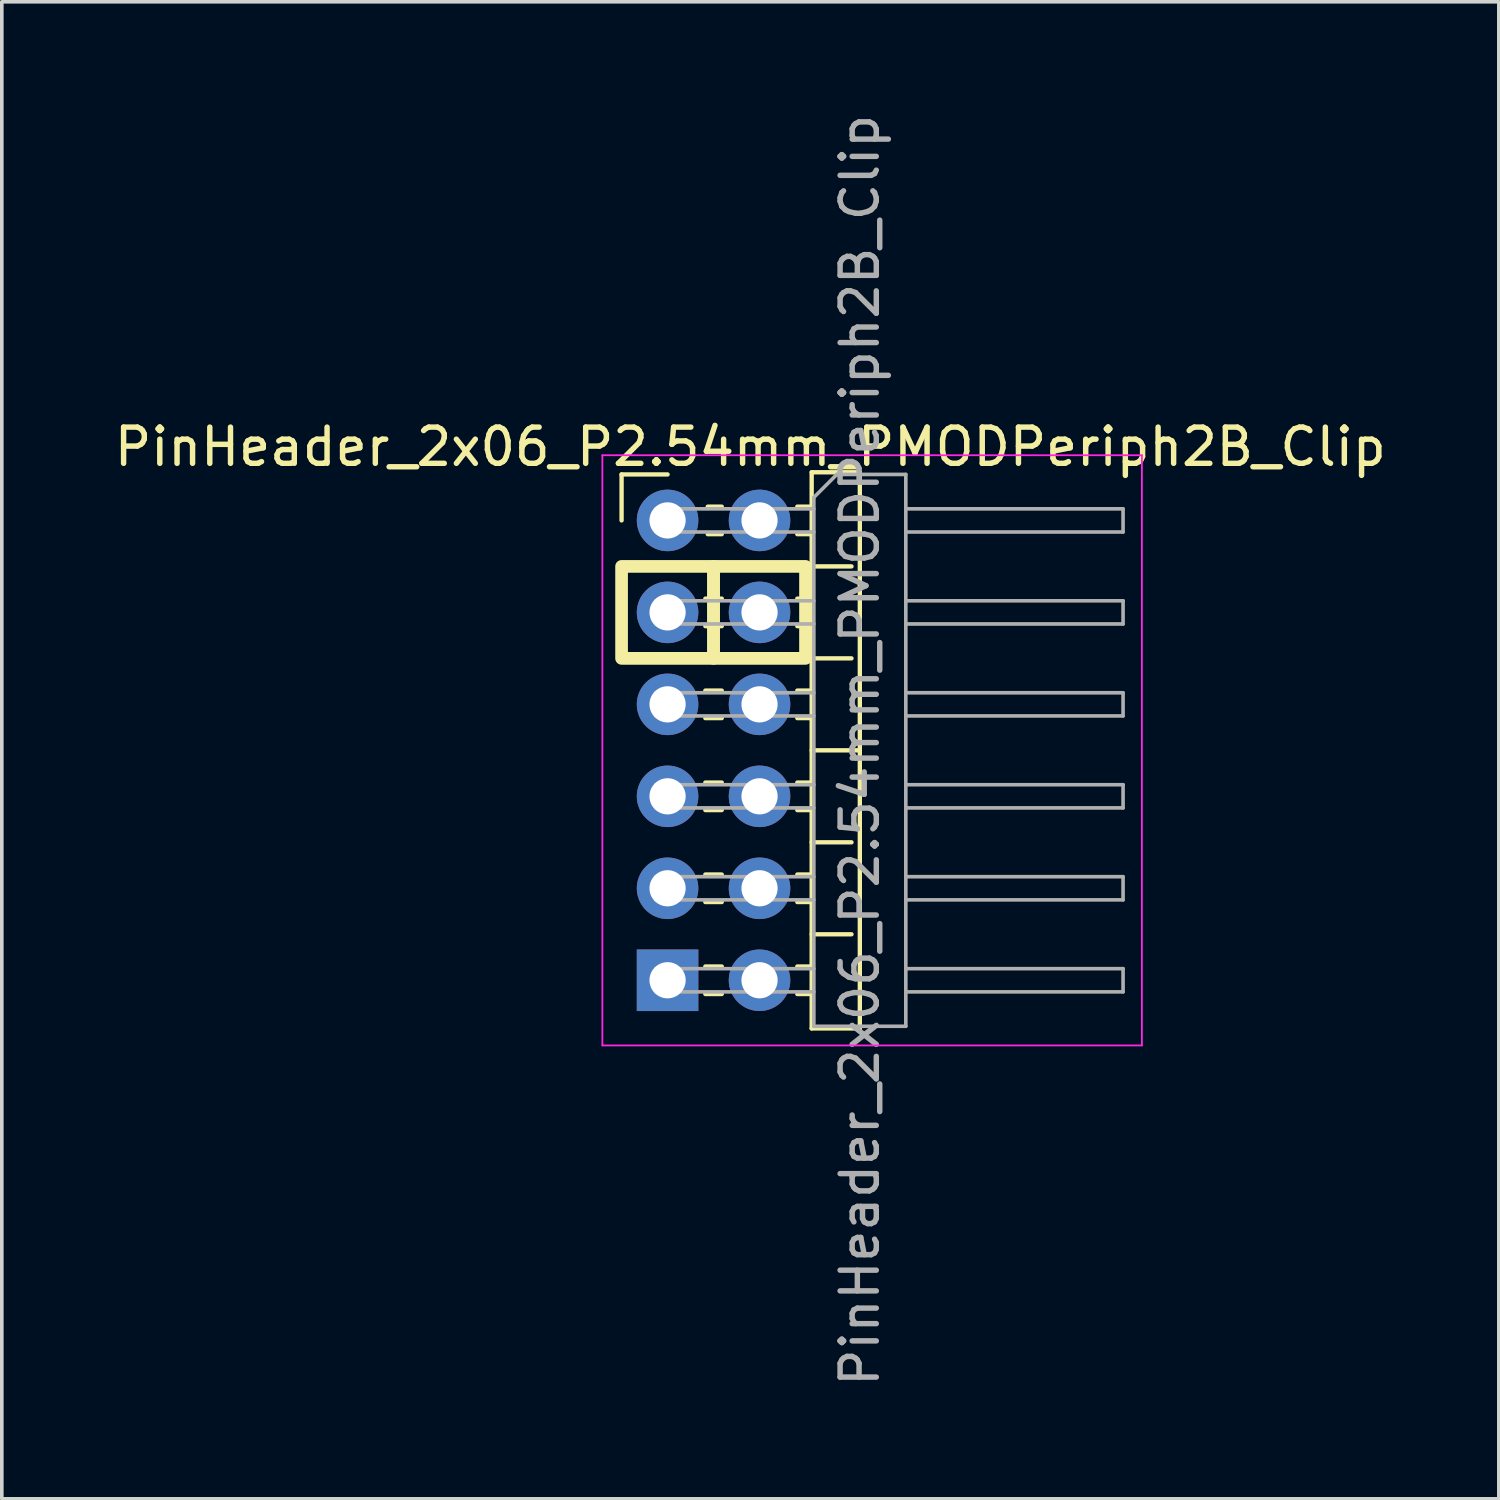
<source format=kicad_pcb>
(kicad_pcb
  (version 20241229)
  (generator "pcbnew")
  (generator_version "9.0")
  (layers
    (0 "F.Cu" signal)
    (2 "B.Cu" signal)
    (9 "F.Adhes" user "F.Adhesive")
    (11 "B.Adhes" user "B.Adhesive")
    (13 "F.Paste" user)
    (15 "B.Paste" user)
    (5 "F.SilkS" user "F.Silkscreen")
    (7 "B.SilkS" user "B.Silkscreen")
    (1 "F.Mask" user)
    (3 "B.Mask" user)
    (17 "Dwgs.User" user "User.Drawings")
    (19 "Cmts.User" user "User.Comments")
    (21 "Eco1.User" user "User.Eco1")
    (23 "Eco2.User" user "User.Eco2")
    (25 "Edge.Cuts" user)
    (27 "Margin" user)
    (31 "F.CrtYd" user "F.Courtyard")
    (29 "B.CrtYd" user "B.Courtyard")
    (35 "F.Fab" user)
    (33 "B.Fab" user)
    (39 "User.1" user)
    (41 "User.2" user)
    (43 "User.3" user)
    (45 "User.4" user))
  (footprint "PinHeader_2x06_P2.54mm_PMODPeriph2B_Clip"
    (layer "F.Cu")
    (at 15.387 11.323)
    (property "Reference" "PinHeader_2x06_P2.54mm_PMODPeriph2B_Clip" (at 2.286 -2.032 0) (layer "F.SilkS") (effects (font (size 1 1) (thickness 0.15))))
    (attr through_hole)
    (fp_line (start -1.27 -1.27) (end 0 -1.27) (stroke (width 0.12) (type solid)) (layer "F.SilkS"))
    (fp_line (start -1.27 0) (end -1.27 -1.27) (stroke (width 0.12) (type solid)) (layer "F.SilkS"))
    (fp_line (start 1.043 2.16) (end 1.497 2.16) (stroke (width 0.12) (type solid)) (layer "F.SilkS"))
    (fp_line (start 1.043 2.92) (end 1.497 2.92) (stroke (width 0.12) (type solid)) (layer "F.SilkS"))
    (fp_line (start 1.043 4.7) (end 1.497 4.7) (stroke (width 0.12) (type solid)) (layer "F.SilkS"))
    (fp_line (start 1.043 5.46) (end 1.497 5.46) (stroke (width 0.12) (type solid)) (layer "F.SilkS"))
    (fp_line (start 1.043 7.24) (end 1.497 7.24) (stroke (width 0.12) (type solid)) (layer "F.SilkS"))
    (fp_line (start 1.043 8) (end 1.497 8) (stroke (width 0.12) (type solid)) (layer "F.SilkS"))
    (fp_line (start 1.043 9.78) (end 1.497 9.78) (stroke (width 0.12) (type solid)) (layer "F.SilkS"))
    (fp_line (start 1.043 10.54) (end 1.497 10.54) (stroke (width 0.12) (type solid)) (layer "F.SilkS"))
    (fp_line (start 1.043 12.32) (end 1.497 12.32) (stroke (width 0.12) (type solid)) (layer "F.SilkS"))
    (fp_line (start 1.043 13.08) (end 1.497 13.08) (stroke (width 0.12) (type solid)) (layer "F.SilkS"))
    (fp_line (start 1.11 -0.38) (end 1.497 -0.38) (stroke (width 0.12) (type solid)) (layer "F.SilkS"))
    (fp_line (start 1.11 0.38) (end 1.497 0.38) (stroke (width 0.12) (type solid)) (layer "F.SilkS"))
    (fp_line (start 3.583 -0.38) (end 3.98 -0.38) (stroke (width 0.12) (type solid)) (layer "F.SilkS"))
    (fp_line (start 3.583 0.38) (end 3.98 0.38) (stroke (width 0.12) (type solid)) (layer "F.SilkS"))
    (fp_line (start 3.583 2.16) (end 3.98 2.16) (stroke (width 0.12) (type solid)) (layer "F.SilkS"))
    (fp_line (start 3.583 2.92) (end 3.98 2.92) (stroke (width 0.12) (type solid)) (layer "F.SilkS"))
    (fp_line (start 3.583 4.7) (end 3.98 4.7) (stroke (width 0.12) (type solid)) (layer "F.SilkS"))
    (fp_line (start 3.583 5.46) (end 3.98 5.46) (stroke (width 0.12) (type solid)) (layer "F.SilkS"))
    (fp_line (start 3.583 7.24) (end 3.98 7.24) (stroke (width 0.12) (type solid)) (layer "F.SilkS"))
    (fp_line (start 3.583 8) (end 3.98 8) (stroke (width 0.12) (type solid)) (layer "F.SilkS"))
    (fp_line (start 3.583 9.78) (end 3.98 9.78) (stroke (width 0.12) (type solid)) (layer "F.SilkS"))
    (fp_line (start 3.583 10.54) (end 3.98 10.54) (stroke (width 0.12) (type solid)) (layer "F.SilkS"))
    (fp_line (start 3.583 12.32) (end 3.98 12.32) (stroke (width 0.12) (type solid)) (layer "F.SilkS"))
    (fp_line (start 3.583 13.08) (end 3.98 13.08) (stroke (width 0.12) (type solid)) (layer "F.SilkS"))
    (fp_line (start 3.98 -1.33) (end 3.98 14.03) (stroke (width 0.12) (type solid)) (layer "F.SilkS"))
    (fp_line (start 3.98 1.27) (end 5.08 1.27) (stroke (width 0.12) (type solid)) (layer "F.SilkS"))
    (fp_line (start 3.98 3.81) (end 5.08 3.81) (stroke (width 0.12) (type solid)) (layer "F.SilkS"))
    (fp_line (start 3.98 6.35) (end 5.31 6.35) (stroke (width 0.12) (type solid)) (layer "F.SilkS"))
    (fp_line (start 3.98 8.89) (end 5.08 8.89) (stroke (width 0.12) (type solid)) (layer "F.SilkS"))
    (fp_line (start 3.98 11.43) (end 5.08 11.43) (stroke (width 0.12) (type solid)) (layer "F.SilkS"))
    (fp_line (start 3.98 14.03) (end 5.31 14.03) (stroke (width 0.12) (type solid)) (layer "F.SilkS"))
    (fp_line (start 5.31 -1.33) (end 3.98 -1.33) (stroke (width 0.12) (type solid)) (layer "F.SilkS"))
    (fp_line (start 5.31 14.03) (end 5.31 -1.33) (stroke (width 0.12) (type solid)) (layer "F.SilkS"))
    (fp_rect (start -1.27 1.27) (end 1.27 3.81) (stroke (width 0.35) (type default)) (fill no) (layer "F.SilkS"))
    (fp_rect (start 1.27 1.27) (end 3.81 3.81) (stroke (width 0.35) (type default)) (fill no) (layer "F.SilkS"))
    (fp_line (start -1.8 -1.8) (end -1.8 14.5) (stroke (width 0.05) (type solid)) (layer "F.CrtYd"))
    (fp_line (start -1.8 14.5) (end 13.1 14.5) (stroke (width 0.05) (type solid)) (layer "F.CrtYd"))
    (fp_line (start 13.1 -1.8) (end -1.8 -1.8) (stroke (width 0.05) (type solid)) (layer "F.CrtYd"))
    (fp_line (start 13.1 14.5) (end 13.1 -1.8) (stroke (width 0.05) (type solid)) (layer "F.CrtYd"))
    (fp_line (start -0.32 -0.32) (end -0.32 0.32) (stroke (width 0.1) (type solid)) (layer "F.Fab"))
    (fp_line (start -0.32 -0.32) (end 4.04 -0.32) (stroke (width 0.1) (type solid)) (layer "F.Fab"))
    (fp_line (start -0.32 0.32) (end 4.04 0.32) (stroke (width 0.1) (type solid)) (layer "F.Fab"))
    (fp_line (start -0.32 2.22) (end -0.32 2.86) (stroke (width 0.1) (type solid)) (layer "F.Fab"))
    (fp_line (start -0.32 2.22) (end 4.04 2.22) (stroke (width 0.1) (type solid)) (layer "F.Fab"))
    (fp_line (start -0.32 2.86) (end 4.04 2.86) (stroke (width 0.1) (type solid)) (layer "F.Fab"))
    (fp_line (start -0.32 4.76) (end -0.32 5.4) (stroke (width 0.1) (type solid)) (layer "F.Fab"))
    (fp_line (start -0.32 4.76) (end 4.04 4.76) (stroke (width 0.1) (type solid)) (layer "F.Fab"))
    (fp_line (start -0.32 5.4) (end 4.04 5.4) (stroke (width 0.1) (type solid)) (layer "F.Fab"))
    (fp_line (start -0.32 7.3) (end -0.32 7.94) (stroke (width 0.1) (type solid)) (layer "F.Fab"))
    (fp_line (start -0.32 7.3) (end 4.04 7.3) (stroke (width 0.1) (type solid)) (layer "F.Fab"))
    (fp_line (start -0.32 7.94) (end 4.04 7.94) (stroke (width 0.1) (type solid)) (layer "F.Fab"))
    (fp_line (start -0.32 9.84) (end -0.32 10.48) (stroke (width 0.1) (type solid)) (layer "F.Fab"))
    (fp_line (start -0.32 9.84) (end 4.04 9.84) (stroke (width 0.1) (type solid)) (layer "F.Fab"))
    (fp_line (start -0.32 10.48) (end 4.04 10.48) (stroke (width 0.1) (type solid)) (layer "F.Fab"))
    (fp_line (start -0.32 12.38) (end -0.32 13.02) (stroke (width 0.1) (type solid)) (layer "F.Fab"))
    (fp_line (start -0.32 12.38) (end 4.04 12.38) (stroke (width 0.1) (type solid)) (layer "F.Fab"))
    (fp_line (start -0.32 13.02) (end 4.04 13.02) (stroke (width 0.1) (type solid)) (layer "F.Fab"))
    (fp_line (start 4.04 -0.635) (end 4.675 -1.27) (stroke (width 0.1) (type solid)) (layer "F.Fab"))
    (fp_line (start 4.04 13.97) (end 4.04 -0.635) (stroke (width 0.1) (type solid)) (layer "F.Fab"))
    (fp_line (start 4.675 -1.27) (end 6.58 -1.27) (stroke (width 0.1) (type solid)) (layer "F.Fab"))
    (fp_line (start 6.58 -1.27) (end 6.58 13.97) (stroke (width 0.1) (type solid)) (layer "F.Fab"))
    (fp_line (start 6.58 -0.32) (end 12.58 -0.32) (stroke (width 0.1) (type solid)) (layer "F.Fab"))
    (fp_line (start 6.58 0.32) (end 12.58 0.32) (stroke (width 0.1) (type solid)) (layer "F.Fab"))
    (fp_line (start 6.58 2.22) (end 12.58 2.22) (stroke (width 0.1) (type solid)) (layer "F.Fab"))
    (fp_line (start 6.58 2.86) (end 12.58 2.86) (stroke (width 0.1) (type solid)) (layer "F.Fab"))
    (fp_line (start 6.58 4.76) (end 12.58 4.76) (stroke (width 0.1) (type solid)) (layer "F.Fab"))
    (fp_line (start 6.58 5.4) (end 12.58 5.4) (stroke (width 0.1) (type solid)) (layer "F.Fab"))
    (fp_line (start 6.58 7.3) (end 12.58 7.3) (stroke (width 0.1) (type solid)) (layer "F.Fab"))
    (fp_line (start 6.58 7.94) (end 12.58 7.94) (stroke (width 0.1) (type solid)) (layer "F.Fab"))
    (fp_line (start 6.58 9.84) (end 12.58 9.84) (stroke (width 0.1) (type solid)) (layer "F.Fab"))
    (fp_line (start 6.58 10.48) (end 12.58 10.48) (stroke (width 0.1) (type solid)) (layer "F.Fab"))
    (fp_line (start 6.58 12.38) (end 12.58 12.38) (stroke (width 0.1) (type solid)) (layer "F.Fab"))
    (fp_line (start 6.58 13.02) (end 12.58 13.02) (stroke (width 0.1) (type solid)) (layer "F.Fab"))
    (fp_line (start 6.58 13.97) (end 4.04 13.97) (stroke (width 0.1) (type solid)) (layer "F.Fab"))
    (fp_line (start 12.58 -0.32) (end 12.58 0.32) (stroke (width 0.1) (type solid)) (layer "F.Fab"))
    (fp_line (start 12.58 2.22) (end 12.58 2.86) (stroke (width 0.1) (type solid)) (layer "F.Fab"))
    (fp_line (start 12.58 4.76) (end 12.58 5.4) (stroke (width 0.1) (type solid)) (layer "F.Fab"))
    (fp_line (start 12.58 7.3) (end 12.58 7.94) (stroke (width 0.1) (type solid)) (layer "F.Fab"))
    (fp_line (start 12.58 9.84) (end 12.58 10.48) (stroke (width 0.1) (type solid)) (layer "F.Fab"))
    (fp_line (start 12.58 12.38) (end 12.58 13.02) (stroke (width 0.1) (type solid)) (layer "F.Fab"))
    (fp_text user "${REFERENCE}" (at 5.31 6.35 90) (layer "F.Fab") (effects (font (size 1 1) (thickness 0.15))))
    (pad "1" thru_hole rect (at 0 12.7) (size 1.7 1.7) (drill 1) (layers "*.Cu" "*.Mask"))
    (pad "2" thru_hole oval (at 0 10.16) (size 1.7 1.7) (drill 1) (layers "*.Cu" "*.Mask"))
    (pad "3" thru_hole oval (at 0 7.62) (size 1.7 1.7) (drill 1) (layers "*.Cu" "*.Mask"))
    (pad "4" thru_hole oval (at 0 5.08) (size 1.7 1.7) (drill 1) (layers "*.Cu" "*.Mask"))
    (pad "5" thru_hole oval (at 0 2.54) (size 1.7 1.7) (drill 1) (layers "*.Cu" "*.Mask"))
    (pad "6" thru_hole circle (at 0 0) (size 1.7 1.7) (drill 1) (layers "*.Cu" "*.Mask"))
    (pad "7" thru_hole oval (at 2.54 12.7) (size 1.7 1.7) (drill 1) (layers "*.Cu" "*.Mask"))
    (pad "8" thru_hole oval (at 2.54 10.16) (size 1.7 1.7) (drill 1) (layers "*.Cu" "*.Mask"))
    (pad "9" thru_hole oval (at 2.54 7.62) (size 1.7 1.7) (drill 1) (layers "*.Cu" "*.Mask"))
    (pad "10" thru_hole oval (at 2.54 5.08) (size 1.7 1.7) (drill 1) (layers "*.Cu" "*.Mask"))
    (pad "11" thru_hole oval (at 2.54 2.54) (size 1.7 1.7) (drill 1) (layers "*.Cu" "*.Mask"))
    (pad "12" thru_hole oval (at 2.54 0) (size 1.7 1.7) (drill 1) (layers "*.Cu" "*.Mask")))
  (gr_rect
    (start -3 -3)
    (end 38.345 38.345)
    (stroke (width 0.1) (type default))
    (fill no)
    (layer "Edge.Cuts")))
</source>
